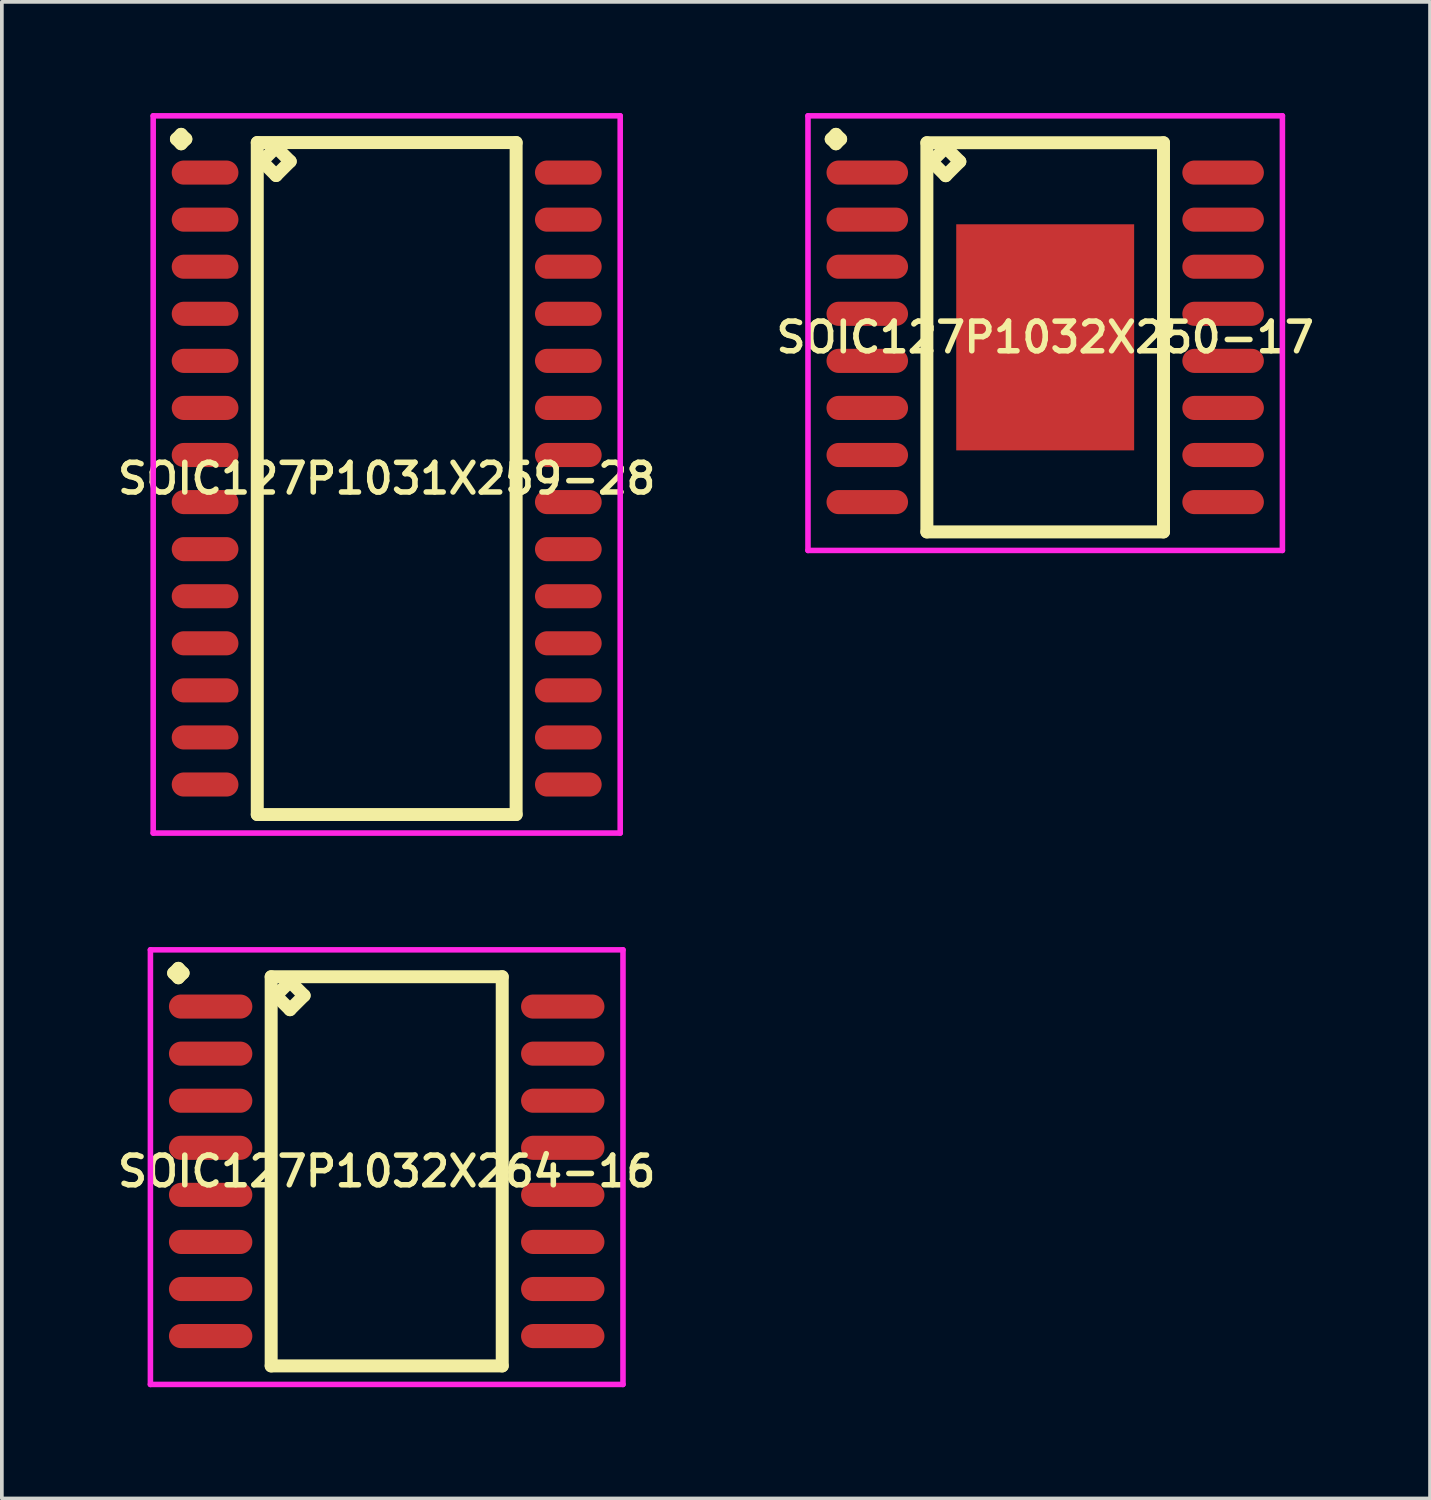
<source format=kicad_pcb>
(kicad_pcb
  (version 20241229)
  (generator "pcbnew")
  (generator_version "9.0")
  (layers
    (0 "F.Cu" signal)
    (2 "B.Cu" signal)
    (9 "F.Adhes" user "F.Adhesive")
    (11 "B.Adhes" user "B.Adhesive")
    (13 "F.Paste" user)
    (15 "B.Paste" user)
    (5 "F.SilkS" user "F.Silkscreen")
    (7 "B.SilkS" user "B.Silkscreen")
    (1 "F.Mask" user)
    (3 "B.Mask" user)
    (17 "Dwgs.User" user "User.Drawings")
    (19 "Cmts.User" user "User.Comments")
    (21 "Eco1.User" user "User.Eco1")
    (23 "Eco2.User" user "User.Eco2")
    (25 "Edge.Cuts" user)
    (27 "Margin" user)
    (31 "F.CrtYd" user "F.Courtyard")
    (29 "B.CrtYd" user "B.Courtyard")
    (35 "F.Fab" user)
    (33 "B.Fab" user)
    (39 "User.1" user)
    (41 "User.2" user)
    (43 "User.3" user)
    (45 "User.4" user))
  (footprint "SOIC127P1032X250-17"
    (layer "F.Cu")
    (at 25.149 6.051)
    (property "Reference" "SOIC127P1032X250-17" (at 0 0 0) (layer "F.SilkS") (effects (font (size 0.8 0.8) (thickness 0.15))))
    (attr smd)
    (fp_line (start -5.773 -5.349) (end -5.646 -5.476) (stroke (width 0.35) (type solid)) (layer "F.SilkS"))
    (fp_line (start -5.646 -5.476) (end -5.519 -5.349) (stroke (width 0.35) (type solid)) (layer "F.SilkS"))
    (fp_line (start -5.646 -5.222) (end -5.773 -5.349) (stroke (width 0.35) (type solid)) (layer "F.SilkS"))
    (fp_line (start -5.519 -5.349) (end -5.646 -5.222) (stroke (width 0.35) (type solid)) (layer "F.SilkS"))
    (fp_line (start -3.192 -5.25) (end -3.192 5.25) (stroke (width 0.35) (type solid)) (layer "F.SilkS"))
    (fp_line (start -3.192 5.25) (end 3.192 5.25) (stroke (width 0.35) (type solid)) (layer "F.SilkS"))
    (fp_line (start -3.065 -4.742) (end -2.684 -5.123) (stroke (width 0.35) (type solid)) (layer "F.SilkS"))
    (fp_line (start -2.684 -5.123) (end -2.303 -4.742) (stroke (width 0.35) (type solid)) (layer "F.SilkS"))
    (fp_line (start -2.684 -4.361) (end -3.065 -4.742) (stroke (width 0.35) (type solid)) (layer "F.SilkS"))
    (fp_line (start -2.303 -4.742) (end -2.684 -4.361) (stroke (width 0.35) (type solid)) (layer "F.SilkS"))
    (fp_line (start 3.192 -5.25) (end -3.192 -5.25) (stroke (width 0.35) (type solid)) (layer "F.SilkS"))
    (fp_line (start 3.192 5.25) (end 3.192 -5.25) (stroke (width 0.35) (type solid)) (layer "F.SilkS"))
    (fp_line (start -6.4 -5.976) (end 6.4 -5.976) (stroke (width 0.15) (type solid)) (layer "F.CrtYd"))
    (fp_line (start -6.4 5.75) (end -6.4 -5.976) (stroke (width 0.15) (type solid)) (layer "F.CrtYd"))
    (fp_line (start 6.4 -5.976) (end 6.4 5.75) (stroke (width 0.15) (type solid)) (layer "F.CrtYd"))
    (fp_line (start 6.4 5.75) (end -6.4 5.75) (stroke (width 0.15) (type solid)) (layer "F.CrtYd"))
    (pad "1" smd oval (at -4.8 -4.445) (size 2.2 0.65) (layers "F.Cu" "F.Mask" "F.Paste"))
    (pad "2" smd oval (at -4.8 -3.175) (size 2.2 0.65) (layers "F.Cu" "F.Mask" "F.Paste"))
    (pad "3" smd oval (at -4.8 -1.905) (size 2.2 0.65) (layers "F.Cu" "F.Mask" "F.Paste"))
    (pad "4" smd oval (at -4.8 -0.635) (size 2.2 0.65) (layers "F.Cu" "F.Mask" "F.Paste"))
    (pad "5" smd oval (at -4.8 0.635) (size 2.2 0.65) (layers "F.Cu" "F.Mask" "F.Paste"))
    (pad "6" smd oval (at -4.8 1.905) (size 2.2 0.65) (layers "F.Cu" "F.Mask" "F.Paste"))
    (pad "7" smd oval (at -4.8 3.175) (size 2.2 0.65) (layers "F.Cu" "F.Mask" "F.Paste"))
    (pad "8" smd oval (at -4.8 4.445) (size 2.2 0.65) (layers "F.Cu" "F.Mask" "F.Paste"))
    (pad "9" smd oval (at 4.8 4.445) (size 2.2 0.65) (layers "F.Cu" "F.Mask" "F.Paste"))
    (pad "10" smd oval (at 4.8 3.175) (size 2.2 0.65) (layers "F.Cu" "F.Mask" "F.Paste"))
    (pad "11" smd oval (at 4.8 1.905) (size 2.2 0.65) (layers "F.Cu" "F.Mask" "F.Paste"))
    (pad "12" smd oval (at 4.8 0.635) (size 2.2 0.65) (layers "F.Cu" "F.Mask" "F.Paste"))
    (pad "13" smd oval (at 4.8 -0.635) (size 2.2 0.65) (layers "F.Cu" "F.Mask" "F.Paste"))
    (pad "14" smd oval (at 4.8 -1.905) (size 2.2 0.65) (layers "F.Cu" "F.Mask" "F.Paste"))
    (pad "15" smd oval (at 4.8 -3.175) (size 2.2 0.65) (layers "F.Cu" "F.Mask" "F.Paste"))
    (pad "16" smd oval (at 4.8 -4.445) (size 2.2 0.65) (layers "F.Cu" "F.Mask" "F.Paste"))
    (pad "17" smd rect (at 0 0) (size 4.8 6.1) (layers "F.Cu" "F.Mask" "F.Paste")))
  (footprint "SOIC127P1032X264-16"
    (layer "F.Cu")
    (at 7.383 28.552)
    (property "Reference" "SOIC127P1032X264-16" (at 0 0 0) (layer "F.SilkS") (effects (font (size 0.8 0.8) (thickness 0.15))))
    (attr smd)
    (fp_line (start -5.748 -5.349) (end -5.621 -5.476) (stroke (width 0.35) (type solid)) (layer "F.SilkS"))
    (fp_line (start -5.621 -5.476) (end -5.494 -5.349) (stroke (width 0.35) (type solid)) (layer "F.SilkS"))
    (fp_line (start -5.621 -5.222) (end -5.748 -5.349) (stroke (width 0.35) (type solid)) (layer "F.SilkS"))
    (fp_line (start -5.494 -5.349) (end -5.621 -5.222) (stroke (width 0.35) (type solid)) (layer "F.SilkS"))
    (fp_line (start -3.117 -5.25) (end -3.117 5.25) (stroke (width 0.35) (type solid)) (layer "F.SilkS"))
    (fp_line (start -3.117 5.25) (end 3.117 5.25) (stroke (width 0.35) (type solid)) (layer "F.SilkS"))
    (fp_line (start -2.99 -4.742) (end -2.609 -5.123) (stroke (width 0.35) (type solid)) (layer "F.SilkS"))
    (fp_line (start -2.609 -5.123) (end -2.228 -4.742) (stroke (width 0.35) (type solid)) (layer "F.SilkS"))
    (fp_line (start -2.609 -4.361) (end -2.99 -4.742) (stroke (width 0.35) (type solid)) (layer "F.SilkS"))
    (fp_line (start -2.228 -4.742) (end -2.609 -4.361) (stroke (width 0.35) (type solid)) (layer "F.SilkS"))
    (fp_line (start 3.117 -5.25) (end -3.117 -5.25) (stroke (width 0.35) (type solid)) (layer "F.SilkS"))
    (fp_line (start 3.117 5.25) (end 3.117 -5.25) (stroke (width 0.35) (type solid)) (layer "F.SilkS"))
    (fp_line (start -6.375 -5.976) (end 6.375 -5.976) (stroke (width 0.15) (type solid)) (layer "F.CrtYd"))
    (fp_line (start -6.375 5.75) (end -6.375 -5.976) (stroke (width 0.15) (type solid)) (layer "F.CrtYd"))
    (fp_line (start 6.375 -5.976) (end 6.375 5.75) (stroke (width 0.15) (type solid)) (layer "F.CrtYd"))
    (fp_line (start 6.375 5.75) (end -6.375 5.75) (stroke (width 0.15) (type solid)) (layer "F.CrtYd"))
    (pad "1" smd oval (at -4.75 -4.445) (size 2.25 0.65) (layers "F.Cu" "F.Mask" "F.Paste"))
    (pad "2" smd oval (at -4.75 -3.175) (size 2.25 0.65) (layers "F.Cu" "F.Mask" "F.Paste"))
    (pad "3" smd oval (at -4.75 -1.905) (size 2.25 0.65) (layers "F.Cu" "F.Mask" "F.Paste"))
    (pad "4" smd oval (at -4.75 -0.635) (size 2.25 0.65) (layers "F.Cu" "F.Mask" "F.Paste"))
    (pad "5" smd oval (at -4.75 0.635) (size 2.25 0.65) (layers "F.Cu" "F.Mask" "F.Paste"))
    (pad "6" smd oval (at -4.75 1.905) (size 2.25 0.65) (layers "F.Cu" "F.Mask" "F.Paste"))
    (pad "7" smd oval (at -4.75 3.175) (size 2.25 0.65) (layers "F.Cu" "F.Mask" "F.Paste"))
    (pad "8" smd oval (at -4.75 4.445) (size 2.25 0.65) (layers "F.Cu" "F.Mask" "F.Paste"))
    (pad "9" smd oval (at 4.75 4.445) (size 2.25 0.65) (layers "F.Cu" "F.Mask" "F.Paste"))
    (pad "10" smd oval (at 4.75 3.175) (size 2.25 0.65) (layers "F.Cu" "F.Mask" "F.Paste"))
    (pad "11" smd oval (at 4.75 1.905) (size 2.25 0.65) (layers "F.Cu" "F.Mask" "F.Paste"))
    (pad "12" smd oval (at 4.75 0.635) (size 2.25 0.65) (layers "F.Cu" "F.Mask" "F.Paste"))
    (pad "13" smd oval (at 4.75 -0.635) (size 2.25 0.65) (layers "F.Cu" "F.Mask" "F.Paste"))
    (pad "14" smd oval (at 4.75 -1.905) (size 2.25 0.65) (layers "F.Cu" "F.Mask" "F.Paste"))
    (pad "15" smd oval (at 4.75 -3.175) (size 2.25 0.65) (layers "F.Cu" "F.Mask" "F.Paste"))
    (pad "16" smd oval (at 4.75 -4.445) (size 2.25 0.65) (layers "F.Cu" "F.Mask" "F.Paste")))
  (footprint "SOIC127P1031X259-28"
    (layer "F.Cu")
    (at 7.383 9.861)
    (property "Reference" "SOIC127P1031X259-28" (at 0 0 0) (layer "F.SilkS") (effects (font (size 0.8 0.8) (thickness 0.15))))
    (attr smd)
    (fp_line (start -5.673 -9.159) (end -5.546 -9.286) (stroke (width 0.35) (type solid)) (layer "F.SilkS"))
    (fp_line (start -5.546 -9.286) (end -5.419 -9.159) (stroke (width 0.35) (type solid)) (layer "F.SilkS"))
    (fp_line (start -5.546 -9.032) (end -5.673 -9.159) (stroke (width 0.35) (type solid)) (layer "F.SilkS"))
    (fp_line (start -5.419 -9.159) (end -5.546 -9.032) (stroke (width 0.35) (type solid)) (layer "F.SilkS"))
    (fp_line (start -3.492 -9.065) (end -3.492 9.065) (stroke (width 0.35) (type solid)) (layer "F.SilkS"))
    (fp_line (start -3.492 9.065) (end 3.492 9.065) (stroke (width 0.35) (type solid)) (layer "F.SilkS"))
    (fp_line (start -3.365 -8.557) (end -2.984 -8.938) (stroke (width 0.35) (type solid)) (layer "F.SilkS"))
    (fp_line (start -2.984 -8.938) (end -2.603 -8.557) (stroke (width 0.35) (type solid)) (layer "F.SilkS"))
    (fp_line (start -2.984 -8.176) (end -3.365 -8.557) (stroke (width 0.35) (type solid)) (layer "F.SilkS"))
    (fp_line (start -2.603 -8.557) (end -2.984 -8.176) (stroke (width 0.35) (type solid)) (layer "F.SilkS"))
    (fp_line (start 3.492 -9.065) (end -3.492 -9.065) (stroke (width 0.35) (type solid)) (layer "F.SilkS"))
    (fp_line (start 3.492 9.065) (end 3.492 -9.065) (stroke (width 0.35) (type solid)) (layer "F.SilkS"))
    (fp_line (start -6.3 -9.786) (end 6.3 -9.786) (stroke (width 0.15) (type solid)) (layer "F.CrtYd"))
    (fp_line (start -6.3 9.565) (end -6.3 -9.786) (stroke (width 0.15) (type solid)) (layer "F.CrtYd"))
    (fp_line (start 6.3 -9.786) (end 6.3 9.565) (stroke (width 0.15) (type solid)) (layer "F.CrtYd"))
    (fp_line (start 6.3 9.565) (end -6.3 9.565) (stroke (width 0.15) (type solid)) (layer "F.CrtYd"))
    (pad "1" smd oval (at -4.9 -8.255) (size 1.8 0.65) (layers "F.Cu" "F.Mask" "F.Paste"))
    (pad "2" smd oval (at -4.9 -6.985) (size 1.8 0.65) (layers "F.Cu" "F.Mask" "F.Paste"))
    (pad "3" smd oval (at -4.9 -5.715) (size 1.8 0.65) (layers "F.Cu" "F.Mask" "F.Paste"))
    (pad "4" smd oval (at -4.9 -4.445) (size 1.8 0.65) (layers "F.Cu" "F.Mask" "F.Paste"))
    (pad "5" smd oval (at -4.9 -3.175) (size 1.8 0.65) (layers "F.Cu" "F.Mask" "F.Paste"))
    (pad "6" smd oval (at -4.9 -1.905) (size 1.8 0.65) (layers "F.Cu" "F.Mask" "F.Paste"))
    (pad "7" smd oval (at -4.9 -0.635) (size 1.8 0.65) (layers "F.Cu" "F.Mask" "F.Paste"))
    (pad "8" smd oval (at -4.9 0.635) (size 1.8 0.65) (layers "F.Cu" "F.Mask" "F.Paste"))
    (pad "9" smd oval (at -4.9 1.905) (size 1.8 0.65) (layers "F.Cu" "F.Mask" "F.Paste"))
    (pad "10" smd oval (at -4.9 3.175) (size 1.8 0.65) (layers "F.Cu" "F.Mask" "F.Paste"))
    (pad "11" smd oval (at -4.9 4.445) (size 1.8 0.65) (layers "F.Cu" "F.Mask" "F.Paste"))
    (pad "12" smd oval (at -4.9 5.715) (size 1.8 0.65) (layers "F.Cu" "F.Mask" "F.Paste"))
    (pad "13" smd oval (at -4.9 6.985) (size 1.8 0.65) (layers "F.Cu" "F.Mask" "F.Paste"))
    (pad "14" smd oval (at -4.9 8.255) (size 1.8 0.65) (layers "F.Cu" "F.Mask" "F.Paste"))
    (pad "15" smd oval (at 4.9 8.255) (size 1.8 0.65) (layers "F.Cu" "F.Mask" "F.Paste"))
    (pad "16" smd oval (at 4.9 6.985) (size 1.8 0.65) (layers "F.Cu" "F.Mask" "F.Paste"))
    (pad "17" smd oval (at 4.9 5.715) (size 1.8 0.65) (layers "F.Cu" "F.Mask" "F.Paste"))
    (pad "18" smd oval (at 4.9 4.445) (size 1.8 0.65) (layers "F.Cu" "F.Mask" "F.Paste"))
    (pad "19" smd oval (at 4.9 3.175) (size 1.8 0.65) (layers "F.Cu" "F.Mask" "F.Paste"))
    (pad "20" smd oval (at 4.9 1.905) (size 1.8 0.65) (layers "F.Cu" "F.Mask" "F.Paste"))
    (pad "21" smd oval (at 4.9 0.635) (size 1.8 0.65) (layers "F.Cu" "F.Mask" "F.Paste"))
    (pad "22" smd oval (at 4.9 -0.635) (size 1.8 0.65) (layers "F.Cu" "F.Mask" "F.Paste"))
    (pad "23" smd oval (at 4.9 -1.905) (size 1.8 0.65) (layers "F.Cu" "F.Mask" "F.Paste"))
    (pad "24" smd oval (at 4.9 -3.175) (size 1.8 0.65) (layers "F.Cu" "F.Mask" "F.Paste"))
    (pad "25" smd oval (at 4.9 -4.445) (size 1.8 0.65) (layers "F.Cu" "F.Mask" "F.Paste"))
    (pad "26" smd oval (at 4.9 -5.715) (size 1.8 0.65) (layers "F.Cu" "F.Mask" "F.Paste"))
    (pad "27" smd oval (at 4.9 -6.985) (size 1.8 0.65) (layers "F.Cu" "F.Mask" "F.Paste"))
    (pad "28" smd oval (at 4.9 -8.255) (size 1.8 0.65) (layers "F.Cu" "F.Mask" "F.Paste")))
  (gr_rect
    (start -3 -3)
    (end 35.532 37.377)
    (stroke (width 0.1) (type default))
    (fill no)
    (layer "Edge.Cuts")))
</source>
